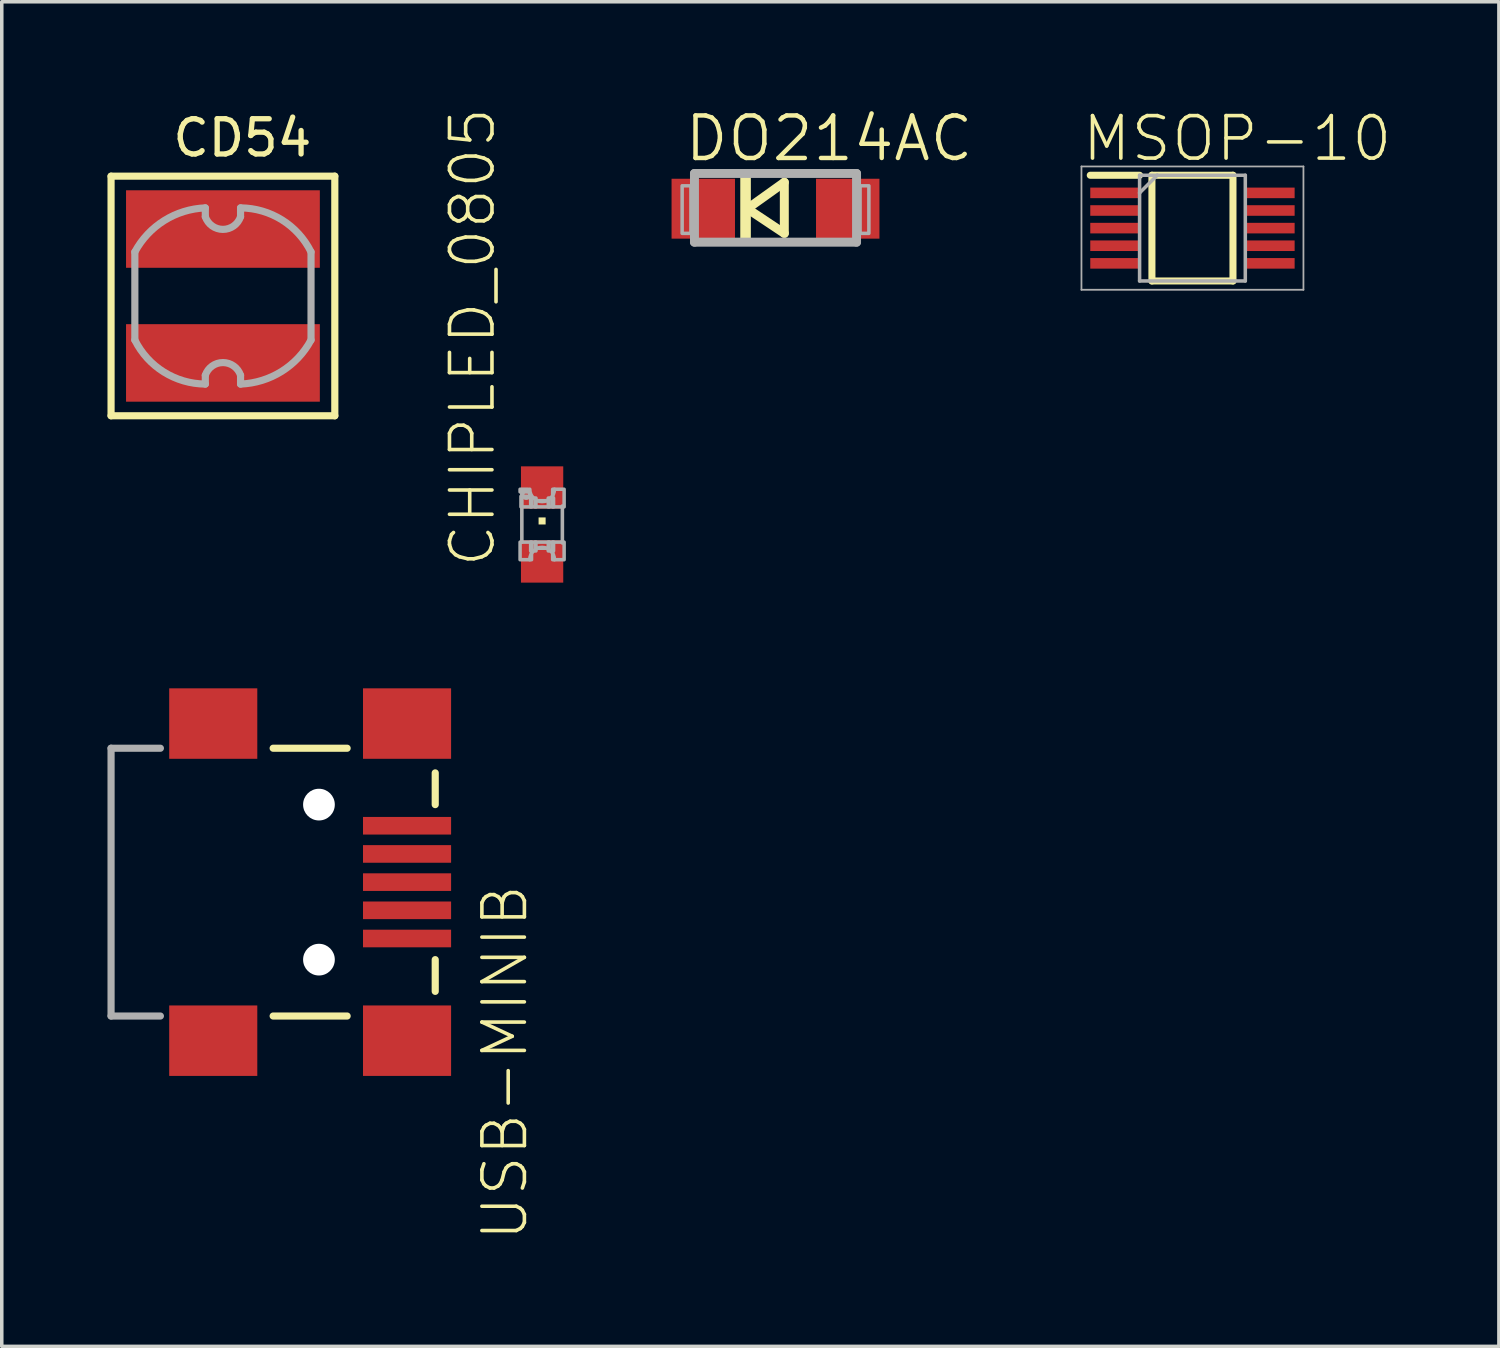
<source format=kicad_pcb>
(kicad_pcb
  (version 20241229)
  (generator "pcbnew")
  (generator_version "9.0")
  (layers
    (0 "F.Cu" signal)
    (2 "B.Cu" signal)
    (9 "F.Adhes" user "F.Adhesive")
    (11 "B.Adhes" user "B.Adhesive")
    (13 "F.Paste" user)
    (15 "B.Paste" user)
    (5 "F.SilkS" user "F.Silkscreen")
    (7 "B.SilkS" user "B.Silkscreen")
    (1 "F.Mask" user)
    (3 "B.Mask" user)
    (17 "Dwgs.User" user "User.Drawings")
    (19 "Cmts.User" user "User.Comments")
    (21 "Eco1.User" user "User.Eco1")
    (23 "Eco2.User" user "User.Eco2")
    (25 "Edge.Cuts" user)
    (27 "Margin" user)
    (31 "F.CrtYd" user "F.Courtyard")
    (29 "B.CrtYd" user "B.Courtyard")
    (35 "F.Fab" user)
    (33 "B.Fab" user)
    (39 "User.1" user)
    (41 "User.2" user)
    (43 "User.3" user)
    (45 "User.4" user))
  (footprint "CD54"
    (layer "F.Cu")
    (at 3.277 5.35)
    (property "Reference" "CD54" (at -1.5 -3.9 0) (layer "F.SilkS") (effects (font (size 1 1) (thickness 0.15)) (justify left bottom)))
    (attr through_hole)
    (fp_line (start -3.175 -3.4) (end 3.175 -3.4) (stroke (width 0.203) (type solid)) (layer "F.SilkS"))
    (fp_line (start -3.175 3.4) (end -3.175 -3.4) (stroke (width 0.203) (type solid)) (layer "F.SilkS"))
    (fp_line (start 3.175 -3.4) (end 3.175 3.4) (stroke (width 0.203) (type solid)) (layer "F.SilkS"))
    (fp_line (start 3.175 3.4) (end -3.175 3.4) (stroke (width 0.203) (type solid)) (layer "F.SilkS"))
    (fp_line (start -2.5 -1.25) (end -2.5 1.25) (stroke (width 0.203) (type solid)) (layer "F.Fab"))
    (fp_line (start -0.5 -2.25) (end -0.5 -2.5) (stroke (width 0.203) (type solid)) (layer "F.Fab"))
    (fp_line (start -0.5 2.25) (end -0.5 2.5) (stroke (width 0.203) (type solid)) (layer "F.Fab"))
    (fp_line (start 0.5 -2.25) (end 0.5 -2.5) (stroke (width 0.203) (type solid)) (layer "F.Fab"))
    (fp_line (start 0.5 2.25) (end 0.5 2.5) (stroke (width 0.203) (type solid)) (layer "F.Fab"))
    (fp_line (start 2.5 1.25) (end 2.5 -1.25) (stroke (width 0.203) (type solid)) (layer "F.Fab"))
    (fp_arc (start -2.5 -1.249999) (mid -1.665978 -2.140564) (end -0.5 -2.5) (stroke (width 0.2032) (type solid)) (layer "F.Fab"))
    (fp_arc (start -0.5 2.25) (mid 0 1.889644) (end 0.5 2.25) (stroke (width 0.2032) (type solid)) (layer "F.Fab"))
    (fp_arc (start -0.5 2.5) (mid -1.67692 2.158071) (end -2.5 1.249999) (stroke (width 0.2032) (type solid)) (layer "F.Fab"))
    (fp_arc (start 0.5 -2.5) (mid 1.67692 -2.158071) (end 2.5 -1.249999) (stroke (width 0.2032) (type solid)) (layer "F.Fab"))
    (fp_arc (start 0.5 -2.25) (mid 0 -1.889644) (end -0.5 -2.25) (stroke (width 0.2032) (type solid)) (layer "F.Fab"))
    (fp_arc (start 2.5 1.249999) (mid 1.665978 2.140564) (end 0.5 2.5) (stroke (width 0.2032) (type solid)) (layer "F.Fab"))
    (pad "1" smd rect (at 0 -1.9) (size 5.5 2.2) (layers "F.Cu" "F.Mask" "F.Paste"))
    (pad "2" smd rect (at 0 1.9) (size 5.5 2.2) (layers "F.Cu" "F.Mask" "F.Paste")))
  (footprint "CHIPLED_0805"
    (layer "F.Cu")
    (at 12.335 11.835)
    (property "Reference" "CHIPLED_0805" (at -1.27 1.27 90) (layer "F.SilkS") (effects (font (size 1.206 1.206) (thickness 0.102)) (justify left bottom)))
    (attr through_hole)
    (fp_poly (pts (xy -0.1 0) (xy 0.1 0) (xy 0.1 -0.2) (xy -0.1 -0.2)) (stroke (width 0) (type solid)) (fill yes) (layer "F.SilkS"))
    (fp_line (start -0.575 0.5) (end -0.575 -0.925) (stroke (width 0.102) (type solid)) (layer "F.Fab"))
    (fp_line (start 0.575 -0.525) (end 0.575 0.525) (stroke (width 0.102) (type solid)) (layer "F.Fab"))
    (fp_arc (start -0.35 1) (mid 0 0.65) (end 0.35 1) (stroke (width 0.1016) (type solid)) (layer "F.Fab"))
    (fp_arc (start 0.35 -1) (mid 0 -0.65) (end -0.35 -1) (stroke (width 0.1016) (type solid)) (layer "F.Fab"))
    (fp_circle (center -0.45 -0.85) (end -0.347 -0.85) (stroke (width 0.102) (type solid)) (fill no) (layer "F.Fab"))
    (fp_poly (pts (xy -0.625 -0.925) (xy -0.4 -0.925) (xy -0.4 -1) (xy -0.625 -1)) (stroke (width 0.1) (type solid)) (fill no) (layer "F.Fab"))
    (fp_poly (pts (xy -0.625 1) (xy -0.3 1) (xy -0.3 0.5) (xy -0.625 0.5)) (stroke (width 0.1) (type solid)) (fill no) (layer "F.Fab"))
    (fp_poly (pts (xy -0.6 -0.5) (xy -0.3 -0.5) (xy -0.3 -0.8) (xy -0.6 -0.8)) (stroke (width 0.1) (type solid)) (fill no) (layer "F.Fab"))
    (fp_poly (pts (xy -0.325 -0.5) (xy -0.175 -0.5) (xy -0.175 -0.75) (xy -0.325 -0.75)) (stroke (width 0.1) (type solid)) (fill no) (layer "F.Fab"))
    (fp_poly (pts (xy -0.325 0.75) (xy -0.175 0.75) (xy -0.175 0.5) (xy -0.325 0.5)) (stroke (width 0.1) (type solid)) (fill no) (layer "F.Fab"))
    (fp_poly (pts (xy -0.2 -0.5) (xy 0.2 -0.5) (xy 0.2 -0.675) (xy -0.2 -0.675)) (stroke (width 0.1) (type solid)) (fill no) (layer "F.Fab"))
    (fp_poly (pts (xy -0.2 0.675) (xy 0.2 0.675) (xy 0.2 0.5) (xy -0.2 0.5)) (stroke (width 0.1) (type solid)) (fill no) (layer "F.Fab"))
    (fp_poly (pts (xy 0.175 -0.5) (xy 0.325 -0.5) (xy 0.325 -0.75) (xy 0.175 -0.75)) (stroke (width 0.1) (type solid)) (fill no) (layer "F.Fab"))
    (fp_poly (pts (xy 0.175 0.75) (xy 0.325 0.75) (xy 0.325 0.5) (xy 0.175 0.5)) (stroke (width 0.1) (type solid)) (fill no) (layer "F.Fab"))
    (fp_poly (pts (xy 0.3 -0.5) (xy 0.625 -0.5) (xy 0.625 -1) (xy 0.3 -1)) (stroke (width 0.1) (type solid)) (fill no) (layer "F.Fab"))
    (fp_poly (pts (xy 0.3 1) (xy 0.625 1) (xy 0.625 0.5) (xy 0.3 0.5)) (stroke (width 0.1) (type solid)) (fill no) (layer "F.Fab"))
    (pad "A" smd rect (at 0 1.05) (size 1.2 1.2) (layers "F.Cu" "F.Mask" "F.Paste"))
    (pad "C" smd rect (at 0 -1.05) (size 1.2 1.2) (layers "F.Cu" "F.Mask" "F.Paste")))
  (footprint "DO214AC"
    (layer "F.Cu")
    (at 18.959 2.873)
    (property "Reference" "DO214AC" (at -2.64 -1.286 0) (layer "F.SilkS") (effects (font (size 1.206 1.206) (thickness 0.127)) (justify left bottom)))
    (attr through_hole)
    (fp_line (start -0.8 0) (end 0.25 -0.75) (stroke (width 0.254) (type solid)) (layer "F.SilkS"))
    (fp_line (start 0.25 -0.75) (end 0.25 0.7) (stroke (width 0.254) (type solid)) (layer "F.SilkS"))
    (fp_line (start 0.25 0.7) (end -0.8 0) (stroke (width 0.254) (type solid)) (layer "F.SilkS"))
    (fp_poly (pts (xy -1 1.05) (xy -0.7 1.05) (xy -0.7 -1.05) (xy -1 -1.05)) (stroke (width 0) (type solid)) (fill yes) (layer "F.SilkS"))
    (fp_line (start -2.3 -1) (end 2.3 -1) (stroke (width 0.254) (type solid)) (layer "F.Fab"))
    (fp_line (start -2.3 0.95) (end -2.3 -1) (stroke (width 0.254) (type solid)) (layer "F.Fab"))
    (fp_line (start 2.3 -1) (end 2.3 0.95) (stroke (width 0.254) (type solid)) (layer "F.Fab"))
    (fp_line (start 2.3 0.95) (end -2.3 0.95) (stroke (width 0.254) (type solid)) (layer "F.Fab"))
    (fp_poly (pts (xy -2.65 0.7) (xy -2.4 0.7) (xy -2.4 -0.65) (xy -2.65 -0.65)) (stroke (width 0.1) (type solid)) (fill no) (layer "F.Fab"))
    (fp_poly (pts (xy 2.4 0.7) (xy 2.65 0.7) (xy 2.65 -0.65) (xy 2.4 -0.65)) (stroke (width 0.1) (type solid)) (fill no) (layer "F.Fab"))
    (pad "A" smd rect (at 2.05 0) (size 1.8 1.7) (layers "F.Cu" "F.Mask" "F.Paste"))
    (pad "C" smd rect (at -2.05 0) (size 1.8 1.7) (layers "F.Cu" "F.Mask" "F.Paste")))
  (footprint "USB-MINIB"
    (layer "F.Cu")
    (at 6.002 21.985)
    (property "Reference" "USB-MINIB" (at 4.572 0 90) (layer "F.SilkS") (effects (font (size 1.206 1.206) (thickness 0.102)) (justify right top)))
    (attr through_hole)
    (fp_line (start -1.3 -3.8) (end 0.8 -3.8) (stroke (width 0.203) (type solid)) (layer "F.SilkS"))
    (fp_line (start 0.8 3.8) (end -1.3 3.8) (stroke (width 0.203) (type solid)) (layer "F.SilkS"))
    (fp_line (start 3.3 -3.1) (end 3.3 -2.2) (stroke (width 0.203) (type solid)) (layer "F.SilkS"))
    (fp_line (start 3.3 2.2) (end 3.3 3.1) (stroke (width 0.203) (type solid)) (layer "F.SilkS"))
    (fp_line (start -5.9 -3.8) (end -5.9 3.8) (stroke (width 0.203) (type solid)) (layer "F.Fab"))
    (fp_line (start -5.9 -3.8) (end -4.5 -3.8) (stroke (width 0.203) (type solid)) (layer "F.Fab"))
    (fp_line (start -5.9 3.8) (end -4.5 3.8) (stroke (width 0.203) (type solid)) (layer "F.Fab"))
    (pad "" np_thru_hole circle (at 0 -2.2) (size 0.9 0.9) (drill 0.9) (layers "*.Cu"))
    (pad "" np_thru_hole circle (at 0 2.2) (size 0.9 0.9) (drill 0.9) (layers "*.Cu"))
    (pad "D+" smd rect (at 2.5 0) (size 2.5 0.5) (layers "F.Cu" "F.Mask" "F.Paste"))
    (pad "D-" smd rect (at 2.5 -0.8) (size 2.5 0.5) (layers "F.Cu" "F.Mask" "F.Paste"))
    (pad "GND" smd rect (at 2.5 1.6) (size 2.5 0.5) (layers "F.Cu" "F.Mask" "F.Paste"))
    (pad "ID" smd rect (at 2.5 0.8) (size 2.5 0.5) (layers "F.Cu" "F.Mask" "F.Paste"))
    (pad "S1" smd rect (at -3 -4.5) (size 2.5 2) (layers "F.Cu" "F.Mask" "F.Paste"))
    (pad "S2" smd rect (at 2.5 -4.5) (size 2.5 2) (layers "F.Cu" "F.Mask" "F.Paste"))
    (pad "S3" smd rect (at -3 4.5) (size 2.5 2) (layers "F.Cu" "F.Mask" "F.Paste"))
    (pad "S4" smd rect (at 2.5 4.5) (size 2.5 2) (layers "F.Cu" "F.Mask" "F.Paste"))
    (pad "VBUS" smd rect (at 2.5 -1.6) (size 2.5 0.5) (layers "F.Cu" "F.Mask" "F.Paste")))
  (footprint "MSOP-10"
    (layer "F.Cu")
    (at 30.792 3.424)
    (property "Reference" "MSOP-10" (at 1.27 -2.54 0) (layer "F.SilkS") (effects (font (size 1.206 1.206) (thickness 0.102))))
    (attr through_hole)
    (fp_line (start -2.9 -1.5) (end -1.5 -1.5) (stroke (width 0.2) (type solid)) (layer "F.SilkS"))
    (fp_line (start -1.15 -1.5) (end 1.15 -1.5) (stroke (width 0.2) (type solid)) (layer "F.SilkS"))
    (fp_line (start -1.15 1.5) (end -1.15 -1.5) (stroke (width 0.2) (type solid)) (layer "F.SilkS"))
    (fp_line (start 1.15 -1.5) (end 1.15 1.5) (stroke (width 0.2) (type solid)) (layer "F.SilkS"))
    (fp_line (start 1.15 1.5) (end -1.15 1.5) (stroke (width 0.2) (type solid)) (layer "F.SilkS"))
    (fp_line (start -3.15 -1.75) (end 3.15 -1.75) (stroke (width 0.05) (type solid)) (layer "F.Fab"))
    (fp_line (start -3.15 1.75) (end -3.15 -1.75) (stroke (width 0.05) (type solid)) (layer "F.Fab"))
    (fp_line (start -1.5 -1.5) (end -1 -1.5) (stroke (width 0.1) (type solid)) (layer "F.Fab"))
    (fp_line (start -1.5 -1) (end -1.5 -1.5) (stroke (width 0.1) (type solid)) (layer "F.Fab"))
    (fp_line (start -1.5 -1) (end -1 -1.5) (stroke (width 0.1) (type solid)) (layer "F.Fab"))
    (fp_line (start -1.5 1.5) (end -1.5 -1) (stroke (width 0.1) (type solid)) (layer "F.Fab"))
    (fp_line (start -1 -1.5) (end 1.5 -1.5) (stroke (width 0.1) (type solid)) (layer "F.Fab"))
    (fp_line (start 1.5 -1.5) (end 1.5 1.5) (stroke (width 0.1) (type solid)) (layer "F.Fab"))
    (fp_line (start 1.5 1.5) (end -1.5 1.5) (stroke (width 0.1) (type solid)) (layer "F.Fab"))
    (fp_line (start 3.15 -1.75) (end 3.15 1.75) (stroke (width 0.05) (type solid)) (layer "F.Fab"))
    (fp_line (start 3.15 1.75) (end -3.15 1.75) (stroke (width 0.05) (type solid)) (layer "F.Fab"))
    (pad "1" smd rect (at -2.2 -1) (size 1.4 0.3) (layers "F.Cu" "F.Mask" "F.Paste"))
    (pad "2" smd rect (at -2.2 -0.5) (size 1.4 0.3) (layers "F.Cu" "F.Mask" "F.Paste"))
    (pad "3" smd rect (at -2.2 0) (size 1.4 0.3) (layers "F.Cu" "F.Mask" "F.Paste"))
    (pad "4" smd rect (at -2.2 0.5) (size 1.4 0.3) (layers "F.Cu" "F.Mask" "F.Paste"))
    (pad "5" smd rect (at -2.2 1) (size 1.4 0.3) (layers "F.Cu" "F.Mask" "F.Paste"))
    (pad "6" smd rect (at 2.2 1) (size 1.4 0.3) (layers "F.Cu" "F.Mask" "F.Paste"))
    (pad "7" smd rect (at 2.2 0.5) (size 1.4 0.3) (layers "F.Cu" "F.Mask" "F.Paste"))
    (pad "8" smd rect (at 2.2 0) (size 1.4 0.3) (layers "F.Cu" "F.Mask" "F.Paste"))
    (pad "9" smd rect (at 2.2 -0.5) (size 1.4 0.3) (layers "F.Cu" "F.Mask" "F.Paste"))
    (pad "10" smd rect (at 2.2 -1) (size 1.4 0.3) (layers "F.Cu" "F.Mask" "F.Paste")))
  (gr_rect
    (start -3 -3)
    (end 39.489 35.16)
    (stroke (width 0.1) (type default))
    (fill no)
    (layer "Edge.Cuts")))
</source>
